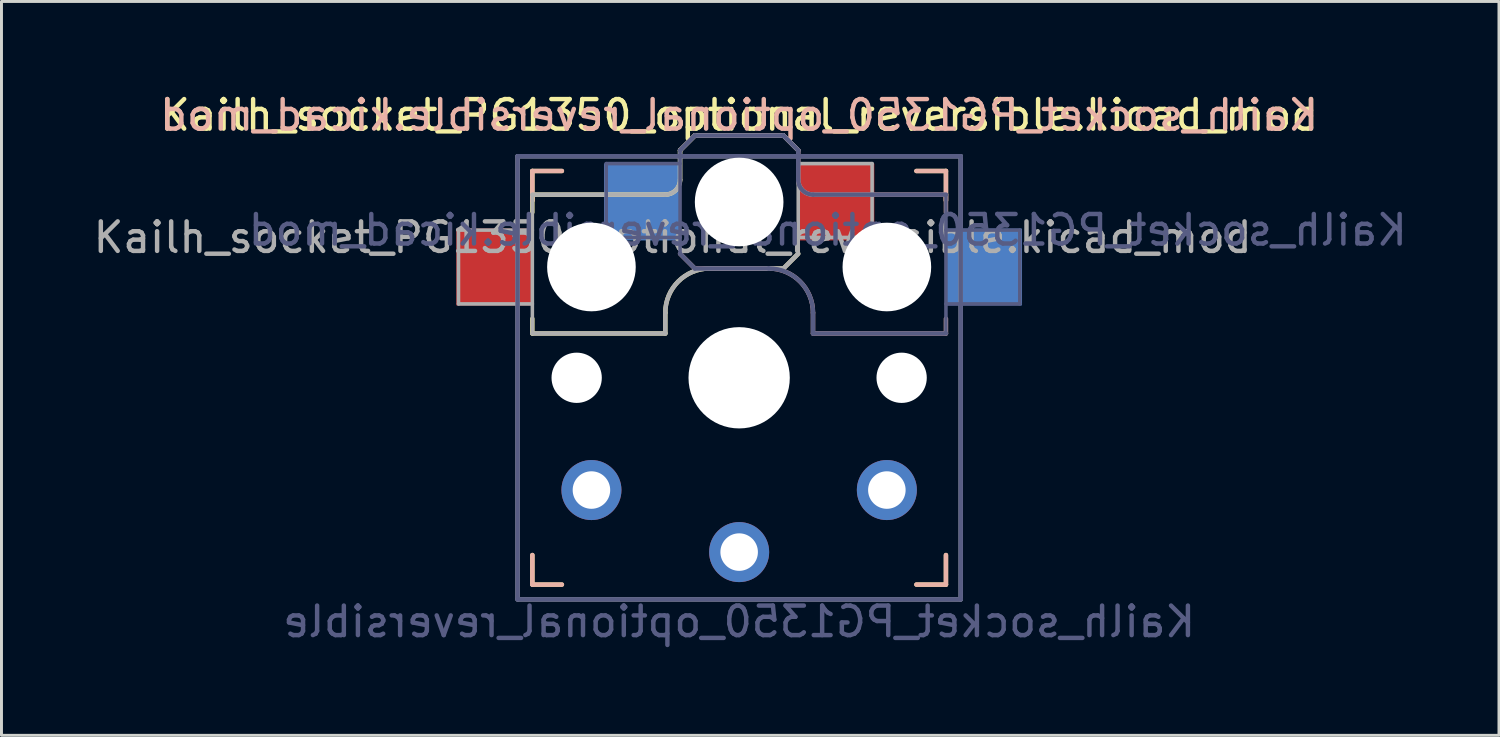
<source format=kicad_pcb>
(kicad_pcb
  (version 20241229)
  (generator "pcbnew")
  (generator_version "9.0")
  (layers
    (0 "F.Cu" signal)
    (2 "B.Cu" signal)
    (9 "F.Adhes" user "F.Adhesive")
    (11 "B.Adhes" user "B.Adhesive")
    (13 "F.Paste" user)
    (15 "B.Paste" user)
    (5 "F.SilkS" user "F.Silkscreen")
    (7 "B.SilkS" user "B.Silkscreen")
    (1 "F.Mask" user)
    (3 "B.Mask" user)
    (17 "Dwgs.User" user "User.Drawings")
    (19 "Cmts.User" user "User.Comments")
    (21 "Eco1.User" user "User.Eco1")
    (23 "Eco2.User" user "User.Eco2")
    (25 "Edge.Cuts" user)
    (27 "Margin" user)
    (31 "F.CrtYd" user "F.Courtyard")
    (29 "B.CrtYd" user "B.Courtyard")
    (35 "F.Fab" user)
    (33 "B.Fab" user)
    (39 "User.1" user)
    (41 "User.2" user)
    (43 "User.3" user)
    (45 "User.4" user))
  (footprint "Kailh_socket_PG1350_optional_reversible.kicad_mod"
    (layer "F.Cu")
    (at 21.97 9.738)
    (property "Reference" "Kailh_socket_PG1350_optional_reversible.kicad_mod" (at 0 -8.89 0) (layer "F.SilkS") (effects (font (size 1 1) (thickness 0.15))))
    (property "Value" "Kailh_socket_PG1350_optional_reversible" (at 0 8.255 0) (layer "F.Fab") (hide yes) (effects (font (size 1 1) (thickness 0.15))))
    (attr through_hole)
    (fp_line (start -7 -7) (end -6 -7) (stroke (width 0.15) (type solid)) (layer "F.SilkS"))
    (fp_line (start -7 -6.2) (end -2.5 -6.2) (stroke (width 0.15) (type solid)) (layer "F.SilkS"))
    (fp_line (start -7 -6) (end -7 -7) (stroke (width 0.15) (type solid)) (layer "F.SilkS"))
    (fp_line (start -7 -5.6) (end -7 -6.2) (stroke (width 0.15) (type solid)) (layer "F.SilkS"))
    (fp_line (start -7 -1.5) (end -7 -2) (stroke (width 0.15) (type solid)) (layer "F.SilkS"))
    (fp_line (start -7 7) (end -7 6) (stroke (width 0.15) (type solid)) (layer "F.SilkS"))
    (fp_line (start -6 7) (end -7 7) (stroke (width 0.15) (type solid)) (layer "F.SilkS"))
    (fp_line (start -2.5 -2.2) (end -2.5 -1.5) (stroke (width 0.15) (type solid)) (layer "F.SilkS"))
    (fp_line (start -2.5 -1.5) (end -7 -1.5) (stroke (width 0.15) (type solid)) (layer "F.SilkS"))
    (fp_line (start -2 -6.7) (end -2 -7.7) (stroke (width 0.15) (type solid)) (layer "F.SilkS"))
    (fp_line (start -1.5 -8.2) (end -2 -7.7) (stroke (width 0.15) (type solid)) (layer "F.SilkS"))
    (fp_line (start 1.5 -8.2) (end -1.5 -8.2) (stroke (width 0.15) (type solid)) (layer "F.SilkS"))
    (fp_line (start 1.5 -3.7) (end -1 -3.7) (stroke (width 0.15) (type solid)) (layer "F.SilkS"))
    (fp_line (start 2 -7.7) (end 1.5 -8.2) (stroke (width 0.15) (type solid)) (layer "F.SilkS"))
    (fp_line (start 2 -4.2) (end 1.5 -3.7) (stroke (width 0.15) (type solid)) (layer "F.SilkS"))
    (fp_line (start 6 -7) (end 7 -7) (stroke (width 0.15) (type solid)) (layer "F.SilkS"))
    (fp_line (start 7 -7) (end 7 -6) (stroke (width 0.15) (type solid)) (layer "F.SilkS"))
    (fp_line (start 7 6) (end 7 7) (stroke (width 0.15) (type solid)) (layer "F.SilkS"))
    (fp_line (start 7 7) (end 6 7) (stroke (width 0.15) (type solid)) (layer "F.SilkS"))
    (fp_arc (start -2.5 -2.2) (mid -2.06066 -3.26066) (end -1 -3.7) (stroke (width 0.15) (type solid)) (layer "F.SilkS"))
    (fp_arc (start -2 -6.7) (mid -2.146447 -6.346447) (end -2.5 -6.2) (stroke (width 0.15) (type solid)) (layer "F.SilkS"))
    (fp_line (start -7 -7) (end -6 -7) (stroke (width 0.15) (type solid)) (layer "B.SilkS"))
    (fp_line (start -7 -6) (end -7 -7) (stroke (width 0.15) (type solid)) (layer "B.SilkS"))
    (fp_line (start -7 7) (end -7 6) (stroke (width 0.15) (type solid)) (layer "B.SilkS"))
    (fp_line (start -6 7) (end -7 7) (stroke (width 0.15) (type solid)) (layer "B.SilkS"))
    (fp_line (start -2 -7.7) (end -1.5 -8.2) (stroke (width 0.15) (type solid)) (layer "B.SilkS"))
    (fp_line (start -2 -4.2) (end -1.5 -3.7) (stroke (width 0.15) (type solid)) (layer "B.SilkS"))
    (fp_line (start -1.5 -8.2) (end 1.5 -8.2) (stroke (width 0.15) (type solid)) (layer "B.SilkS"))
    (fp_line (start -1.5 -3.7) (end 1 -3.7) (stroke (width 0.15) (type solid)) (layer "B.SilkS"))
    (fp_line (start 1.5 -8.2) (end 2 -7.7) (stroke (width 0.15) (type solid)) (layer "B.SilkS"))
    (fp_line (start 2 -6.7) (end 2 -7.7) (stroke (width 0.15) (type solid)) (layer "B.SilkS"))
    (fp_line (start 2.5 -2.2) (end 2.5 -1.5) (stroke (width 0.15) (type solid)) (layer "B.SilkS"))
    (fp_line (start 2.5 -1.5) (end 7 -1.5) (stroke (width 0.15) (type solid)) (layer "B.SilkS"))
    (fp_line (start 6 -7) (end 7 -7) (stroke (width 0.15) (type solid)) (layer "B.SilkS"))
    (fp_line (start 7 -7) (end 7 -6) (stroke (width 0.15) (type solid)) (layer "B.SilkS"))
    (fp_line (start 7 -6.2) (end 2.5 -6.2) (stroke (width 0.15) (type solid)) (layer "B.SilkS"))
    (fp_line (start 7 -5.6) (end 7 -6.2) (stroke (width 0.15) (type solid)) (layer "B.SilkS"))
    (fp_line (start 7 -1.5) (end 7 -2) (stroke (width 0.15) (type solid)) (layer "B.SilkS"))
    (fp_line (start 7 6) (end 7 7) (stroke (width 0.15) (type solid)) (layer "B.SilkS"))
    (fp_line (start 7 7) (end 6 7) (stroke (width 0.15) (type solid)) (layer "B.SilkS"))
    (fp_arc (start 1 -3.7) (mid 2.06066 -3.26066) (end 2.5 -2.2) (stroke (width 0.15) (type solid)) (layer "B.SilkS"))
    (fp_arc (start 2.5 -6.2) (mid 2.146447 -6.346447) (end 2 -6.7) (stroke (width 0.15) (type solid)) (layer "B.SilkS"))
    (fp_rect (start 9 -8.5) (end -9 8.5) (stroke (width 0.12) (type solid)) (fill no) (layer "Eco1.User"))
    (fp_line (start -6.9 6.9) (end -6.9 -6.9) (stroke (width 0.15) (type solid)) (layer "Eco2.User"))
    (fp_line (start -6.9 6.9) (end 6.9 6.9) (stroke (width 0.15) (type solid)) (layer "Eco2.User"))
    (fp_line (start -2.6 -3.1) (end -2.6 -6.3) (stroke (width 0.15) (type solid)) (layer "Eco2.User"))
    (fp_line (start -2.6 -3.1) (end 2.6 -3.1) (stroke (width 0.15) (type solid)) (layer "Eco2.User"))
    (fp_line (start 2.6 -6.3) (end -2.6 -6.3) (stroke (width 0.15) (type solid)) (layer "Eco2.User"))
    (fp_line (start 2.6 -3.1) (end 2.6 -6.3) (stroke (width 0.15) (type solid)) (layer "Eco2.User"))
    (fp_line (start 6.9 -6.9) (end -6.9 -6.9) (stroke (width 0.15) (type solid)) (layer "Eco2.User"))
    (fp_line (start 6.9 -6.9) (end 6.9 6.9) (stroke (width 0.15) (type solid)) (layer "Eco2.User"))
    (fp_line (start -7.5 -7.5) (end 7.5 -7.5) (stroke (width 0.15) (type solid)) (layer "B.Fab"))
    (fp_line (start -7.5 7.5) (end -7.5 -7.5) (stroke (width 0.15) (type solid)) (layer "B.Fab"))
    (fp_line (start -4.5 -7.25) (end -2 -7.25) (stroke (width 0.12) (type solid)) (layer "B.Fab"))
    (fp_line (start -4.5 -4.75) (end -4.5 -7.25) (stroke (width 0.12) (type solid)) (layer "B.Fab"))
    (fp_line (start -2 -7.7) (end -1.5 -8.2) (stroke (width 0.15) (type solid)) (layer "B.Fab"))
    (fp_line (start -2 -4.75) (end -4.5 -4.75) (stroke (width 0.12) (type solid)) (layer "B.Fab"))
    (fp_line (start -2 -4.25) (end -2 -7.7) (stroke (width 0.12) (type solid)) (layer "B.Fab"))
    (fp_line (start -2 -4.2) (end -1.5 -3.7) (stroke (width 0.15) (type solid)) (layer "B.Fab"))
    (fp_line (start -1.5 -8.2) (end 1.5 -8.2) (stroke (width 0.15) (type solid)) (layer "B.Fab"))
    (fp_line (start -1.5 -3.7) (end 1 -3.7) (stroke (width 0.15) (type solid)) (layer "B.Fab"))
    (fp_line (start 1.5 -8.2) (end 2 -7.7) (stroke (width 0.15) (type solid)) (layer "B.Fab"))
    (fp_line (start 2 -6.7) (end 2 -7.7) (stroke (width 0.15) (type solid)) (layer "B.Fab"))
    (fp_line (start 2.5 -2.2) (end 2.5 -1.5) (stroke (width 0.15) (type solid)) (layer "B.Fab"))
    (fp_line (start 2.5 -1.5) (end 7 -1.5) (stroke (width 0.15) (type solid)) (layer "B.Fab"))
    (fp_line (start 7 -6.2) (end 2.5 -6.2) (stroke (width 0.15) (type solid)) (layer "B.Fab"))
    (fp_line (start 7 -5) (end 9.5 -5) (stroke (width 0.12) (type solid)) (layer "B.Fab"))
    (fp_line (start 7 -1.5) (end 7 -6.2) (stroke (width 0.12) (type solid)) (layer "B.Fab"))
    (fp_line (start 7.5 -7.5) (end 7.5 7.5) (stroke (width 0.15) (type solid)) (layer "B.Fab"))
    (fp_line (start 7.5 7.5) (end -7.5 7.5) (stroke (width 0.15) (type solid)) (layer "B.Fab"))
    (fp_line (start 9.5 -5) (end 9.5 -2.5) (stroke (width 0.12) (type solid)) (layer "B.Fab"))
    (fp_line (start 9.5 -2.5) (end 7 -2.5) (stroke (width 0.12) (type solid)) (layer "B.Fab"))
    (fp_arc (start 1 -3.7) (mid 2.06066 -3.26066) (end 2.5 -2.2) (stroke (width 0.15) (type solid)) (layer "B.Fab"))
    (fp_arc (start 2.5 -6.2) (mid 2.146447 -6.346447) (end 2 -6.7) (stroke (width 0.15) (type solid)) (layer "B.Fab"))
    (fp_line (start -9.5 -5) (end -9.5 -2.5) (stroke (width 0.12) (type solid)) (layer "F.Fab"))
    (fp_line (start -9.5 -2.5) (end -7 -2.5) (stroke (width 0.12) (type solid)) (layer "F.Fab"))
    (fp_line (start -7.5 -7.5) (end 7.5 -7.5) (stroke (width 0.15) (type solid)) (layer "F.Fab"))
    (fp_line (start -7.5 7.5) (end -7.5 -7.5) (stroke (width 0.15) (type solid)) (layer "F.Fab"))
    (fp_line (start -7 -6.2) (end -2.5 -6.2) (stroke (width 0.15) (type solid)) (layer "F.Fab"))
    (fp_line (start -7 -5) (end -9.5 -5) (stroke (width 0.12) (type solid)) (layer "F.Fab"))
    (fp_line (start -7 -1.5) (end -7 -6.2) (stroke (width 0.12) (type solid)) (layer "F.Fab"))
    (fp_line (start -2.5 -2.2) (end -2.5 -1.5) (stroke (width 0.15) (type solid)) (layer "F.Fab"))
    (fp_line (start -2.5 -1.5) (end -7 -1.5) (stroke (width 0.15) (type solid)) (layer "F.Fab"))
    (fp_line (start -2 -6.7) (end -2 -7.7) (stroke (width 0.15) (type solid)) (layer "F.Fab"))
    (fp_line (start -1.5 -8.2) (end -2 -7.7) (stroke (width 0.15) (type solid)) (layer "F.Fab"))
    (fp_line (start 1.5 -8.2) (end -1.5 -8.2) (stroke (width 0.15) (type solid)) (layer "F.Fab"))
    (fp_line (start 1.5 -3.7) (end -1 -3.7) (stroke (width 0.15) (type solid)) (layer "F.Fab"))
    (fp_line (start 2 -7.7) (end 1.5 -8.2) (stroke (width 0.15) (type solid)) (layer "F.Fab"))
    (fp_line (start 2 -4.75) (end 4.5 -4.75) (stroke (width 0.12) (type solid)) (layer "F.Fab"))
    (fp_line (start 2 -4.25) (end 2 -7.7) (stroke (width 0.12) (type solid)) (layer "F.Fab"))
    (fp_line (start 2 -4.2) (end 1.5 -3.7) (stroke (width 0.15) (type solid)) (layer "F.Fab"))
    (fp_line (start 4.5 -7.25) (end 2 -7.25) (stroke (width 0.12) (type solid)) (layer "F.Fab"))
    (fp_line (start 4.5 -4.75) (end 4.5 -7.25) (stroke (width 0.12) (type solid)) (layer "F.Fab"))
    (fp_line (start 7.5 -7.5) (end 7.5 7.5) (stroke (width 0.15) (type solid)) (layer "F.Fab"))
    (fp_line (start 7.5 7.5) (end -7.5 7.5) (stroke (width 0.15) (type solid)) (layer "F.Fab"))
    (fp_arc (start -2.5 -2.2) (mid -2.06066 -3.26066) (end -1 -3.7) (stroke (width 0.15) (type solid)) (layer "F.Fab"))
    (fp_arc (start -2 -6.7) (mid -2.146447 -6.346447) (end -2.5 -6.2) (stroke (width 0.15) (type solid)) (layer "F.Fab"))
    (fp_text user "${REFERENCE}" (at 0 -8.89 0) (layer "B.SilkS") (effects (font (size 1 1) (thickness 0.15)) (justify mirror)))
    (fp_text user "${REFERENCE}" (at 3 -5 180) (layer "B.Fab") (effects (font (size 1 1) (thickness 0.15)) (justify mirror)))
    (fp_text user "${VALUE}" (at 0 8.255 0) (layer "B.Fab") (effects (font (size 1 1) (thickness 0.15)) (justify mirror)))
    (fp_text user "${REFERENCE}" (at -2.25 -4.75 0) (layer "F.Fab") (effects (font (size 1 1) (thickness 0.15))))
    (pad "" np_thru_hole circle (at -5.5 0) (size 1.702 1.702) (drill 1.702) (layers "*.Cu" "*.Mask"))
    (pad "" np_thru_hole circle (at -5 -3.75) (size 3 3) (drill 3) (layers "*.Cu" "*.Mask"))
    (pad "" np_thru_hole circle (at 0 -5.95) (size 3 3) (drill 3) (layers "*.Cu" "*.Mask"))
    (pad "" np_thru_hole circle (at 0 0) (size 3.429 3.429) (drill 3.429) (layers "*.Cu" "*.Mask"))
    (pad "" np_thru_hole circle (at 5 -3.75) (size 3 3) (drill 3) (layers "*.Cu" "*.Mask"))
    (pad "" np_thru_hole circle (at 5.5 0) (size 1.702 1.702) (drill 1.702) (layers "*.Cu" "*.Mask"))
    (pad "1" smd rect (at -3.275 -5.95) (size 2.6 2.6) (layers "B.Cu" "B.Mask" "B.Paste"))
    (pad "1" thru_hole circle (at 0 5.9) (size 2.032 2.032) (drill 1.27) (layers "*.Cu" "*.Mask"))
    (pad "1" smd rect (at 3.275 -5.95) (size 2.6 2.6) (layers "F.Cu" "F.Mask" "F.Paste"))
    (pad "2" smd rect (at -8.275 -3.75) (size 2.6 2.6) (layers "F.Cu" "F.Mask" "F.Paste"))
    (pad "2" thru_hole circle (at -5 3.8) (size 2.032 2.032) (drill 1.27) (layers "*.Cu" "*.Mask"))
    (pad "2" thru_hole circle (at 5 3.8) (size 2.032 2.032) (drill 1.27) (layers "*.Cu" "*.Mask"))
    (pad "2" smd rect (at 8.275 -3.75) (size 2.6 2.6) (layers "B.Cu" "B.Mask" "B.Paste")))
  (gr_rect
    (start -3 -3)
    (end 47.69 21.841)
    (stroke (width 0.1) (type default))
    (fill no)
    (layer "Edge.Cuts")))
</source>
